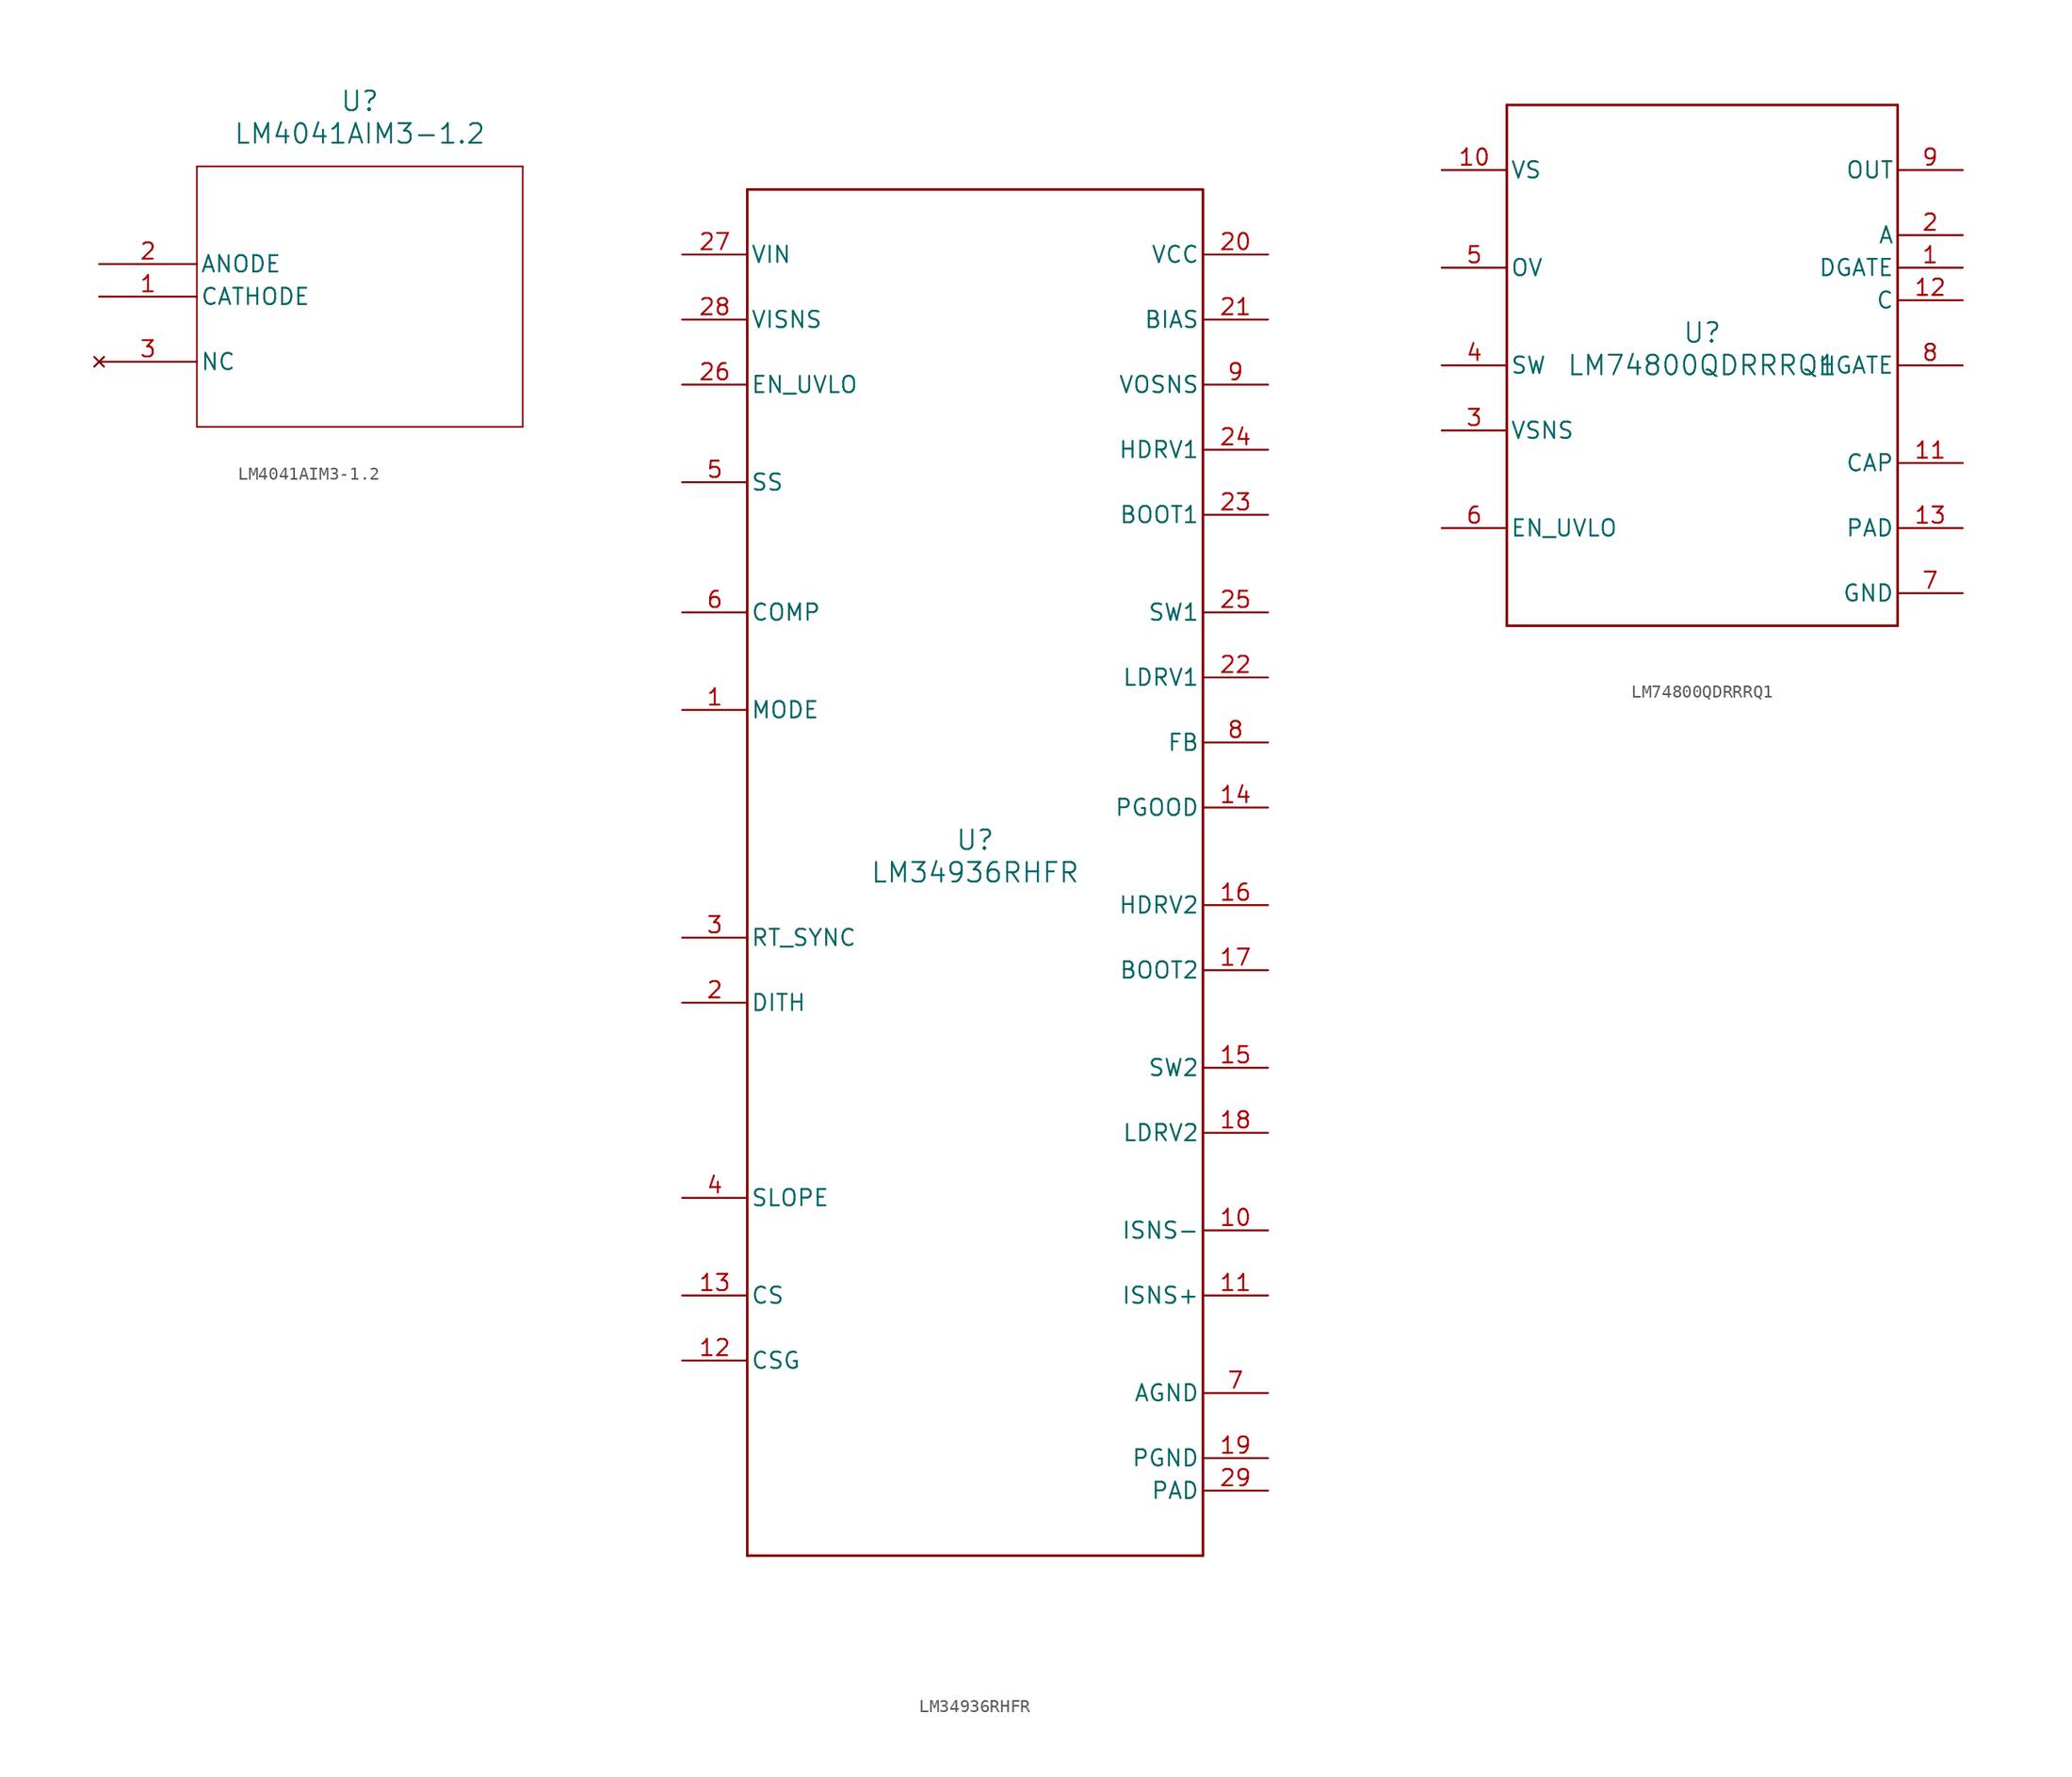
<source format=kicad_sym>
(kicad_symbol_lib
  (version 20241209)
  (generator "kicad_symbol_editor")
  (generator_version "9.0")
  (symbol "LM4041AIM3-1.2"
    (pin_names
      (offset 0.254))
    (property "Reference" "U"
      (at 20.32 12.7 0)
      (effects (font (size 1.524 1.524))))
    (property "Value" "LM4041AIM3-1.2"
      (at 20.32 10.16 0)
      (effects (font (size 1.524 1.524))))
    (property "ki_locked" ""
      (at 0 0 0)
      (effects (font (size 1.27 1.27))))
    (symbol "LM4041AIM3-1.2_0_1"
      (polyline (pts (xy 7.62 7.62) (xy 7.62 -12.7)) (stroke (width 0.127) (type default)) (fill (type none)))
      (polyline (pts (xy 7.62 -12.7) (xy 33.02 -12.7)) (stroke (width 0.127) (type default)) (fill (type none)))
      (polyline (pts (xy 33.02 7.62) (xy 7.62 7.62)) (stroke (width 0.127) (type default)) (fill (type none)))
      (polyline (pts (xy 33.02 -12.7) (xy 33.02 7.62)) (stroke (width 0.127) (type default)) (fill (type none)))
      (pin unspecified line (at 0 0 0) (length 7.62) (name "ANODE" (effects (font (size 1.27 1.27)))) (number "2" (effects (font (size 1.27 1.27)))))
      (pin unspecified line (at 0 -2.54 0) (length 7.62) (name "CATHODE" (effects (font (size 1.27 1.27)))) (number "1" (effects (font (size 1.27 1.27)))))
      (pin no_connect line (at 0 -7.62 0) (length 7.62) (name "NC" (effects (font (size 1.27 1.27)))) (number "3" (effects (font (size 1.27 1.27)))))))
  (symbol "LM34936RHFR"
    (pin_names
      (offset 0.254))
    (property "Reference" "U"
      (at 0 2.54 0)
      (effects (font (size 1.524 1.524))))
    (property "Value" "LM34936RHFR"
      (at 0 0 0)
      (effects (font (size 1.524 1.524))))
    (property "ki_locked" ""
      (at 0 0 0)
      (effects (font (size 1.27 1.27))))
    (symbol "LM34936RHFR_0_1"
      (polyline (pts (xy -17.78 53.34) (xy -17.78 -53.34)) (stroke (width 0.203) (type default)) (fill (type none)))
      (polyline (pts (xy -17.78 -53.34) (xy 17.78 -53.34)) (stroke (width 0.203) (type default)) (fill (type none)))
      (polyline (pts (xy 17.78 53.34) (xy -17.78 53.34)) (stroke (width 0.203) (type default)) (fill (type none)))
      (polyline (pts (xy 17.78 -53.34) (xy 17.78 53.34)) (stroke (width 0.203) (type default)) (fill (type none)))
      (pin power_in line (at -22.86 48.26 0) (length 5.08) (name "VIN" (effects (font (size 1.27 1.27)))) (number "27" (effects (font (size 1.27 1.27)))))
      (pin input line (at -22.86 43.18 0) (length 5.08) (name "VISNS" (effects (font (size 1.27 1.27)))) (number "28" (effects (font (size 1.27 1.27)))))
      (pin input line (at -22.86 38.1 0) (length 5.08) (name "EN_UVLO" (effects (font (size 1.27 1.27)))) (number "26" (effects (font (size 1.27 1.27)))))
      (pin input line (at -22.86 30.48 0) (length 5.08) (name "SS" (effects (font (size 1.27 1.27)))) (number "5" (effects (font (size 1.27 1.27)))))
      (pin unspecified line (at -22.86 20.32 0) (length 5.08) (name "COMP" (effects (font (size 1.27 1.27)))) (number "6" (effects (font (size 1.27 1.27)))))
      (pin input line (at -22.86 12.7 0) (length 5.08) (name "MODE" (effects (font (size 1.27 1.27)))) (number "1" (effects (font (size 1.27 1.27)))))
      (pin input line (at -22.86 -5.08 0) (length 5.08) (name "RT_SYNC" (effects (font (size 1.27 1.27)))) (number "3" (effects (font (size 1.27 1.27)))))
      (pin unspecified line (at -22.86 -10.16 0) (length 5.08) (name "DITH" (effects (font (size 1.27 1.27)))) (number "2" (effects (font (size 1.27 1.27)))))
      (pin input line (at -22.86 -25.4 0) (length 5.08) (name "SLOPE" (effects (font (size 1.27 1.27)))) (number "4" (effects (font (size 1.27 1.27)))))
      (pin input line (at -22.86 -33.02 0) (length 5.08) (name "CS" (effects (font (size 1.27 1.27)))) (number "13" (effects (font (size 1.27 1.27)))))
      (pin input line (at -22.86 -38.1 0) (length 5.08) (name "CSG" (effects (font (size 1.27 1.27)))) (number "12" (effects (font (size 1.27 1.27)))))
      (pin power_in line (at 22.86 48.26 180) (length 5.08) (name "VCC" (effects (font (size 1.27 1.27)))) (number "20" (effects (font (size 1.27 1.27)))))
      (pin power_in line (at 22.86 43.18 180) (length 5.08) (name "BIAS" (effects (font (size 1.27 1.27)))) (number "21" (effects (font (size 1.27 1.27)))))
      (pin input line (at 22.86 38.1 180) (length 5.08) (name "VOSNS" (effects (font (size 1.27 1.27)))) (number "9" (effects (font (size 1.27 1.27)))))
      (pin output line (at 22.86 33.02 180) (length 5.08) (name "HDRV1" (effects (font (size 1.27 1.27)))) (number "24" (effects (font (size 1.27 1.27)))))
      (pin power_in line (at 22.86 27.94 180) (length 5.08) (name "BOOT1" (effects (font (size 1.27 1.27)))) (number "23" (effects (font (size 1.27 1.27)))))
      (pin power_in line (at 22.86 20.32 180) (length 5.08) (name "SW1" (effects (font (size 1.27 1.27)))) (number "25" (effects (font (size 1.27 1.27)))))
      (pin output line (at 22.86 15.24 180) (length 5.08) (name "LDRV1" (effects (font (size 1.27 1.27)))) (number "22" (effects (font (size 1.27 1.27)))))
      (pin input line (at 22.86 10.16 180) (length 5.08) (name "FB" (effects (font (size 1.27 1.27)))) (number "8" (effects (font (size 1.27 1.27)))))
      (pin open_collector line (at 22.86 5.08 180) (length 5.08) (name "PGOOD" (effects (font (size 1.27 1.27)))) (number "14" (effects (font (size 1.27 1.27)))))
      (pin output line (at 22.86 -2.54 180) (length 5.08) (name "HDRV2" (effects (font (size 1.27 1.27)))) (number "16" (effects (font (size 1.27 1.27)))))
      (pin power_in line (at 22.86 -7.62 180) (length 5.08) (name "BOOT2" (effects (font (size 1.27 1.27)))) (number "17" (effects (font (size 1.27 1.27)))))
      (pin power_in line (at 22.86 -15.24 180) (length 5.08) (name "SW2" (effects (font (size 1.27 1.27)))) (number "15" (effects (font (size 1.27 1.27)))))
      (pin output line (at 22.86 -20.32 180) (length 5.08) (name "LDRV2" (effects (font (size 1.27 1.27)))) (number "18" (effects (font (size 1.27 1.27)))))
      (pin input line (at 22.86 -27.94 180) (length 5.08) (name "ISNS-" (effects (font (size 1.27 1.27)))) (number "10" (effects (font (size 1.27 1.27)))))
      (pin input line (at 22.86 -33.02 180) (length 5.08) (name "ISNS+" (effects (font (size 1.27 1.27)))) (number "11" (effects (font (size 1.27 1.27)))))
      (pin power_in line (at 22.86 -40.64 180) (length 5.08) (name "AGND" (effects (font (size 1.27 1.27)))) (number "7" (effects (font (size 1.27 1.27)))))
      (pin power_in line (at 22.86 -45.72 180) (length 5.08) (name "PGND" (effects (font (size 1.27 1.27)))) (number "19" (effects (font (size 1.27 1.27)))))
      (pin power_in line (at 22.86 -48.26 180) (length 5.08) (name "PAD" (effects (font (size 1.27 1.27)))) (number "29" (effects (font (size 1.27 1.27)))))))
  (symbol "LM74800QDRRRQ1"
    (pin_names
      (offset 0.254))
    (property "Reference" "U"
      (at 0 2.54 0)
      (effects (font (size 1.524 1.524))))
    (property "Value" "LM74800QDRRRQ1"
      (at 0 0 0)
      (effects (font (size 1.524 1.524))))
    (property "ki_locked" ""
      (at 0 0 0)
      (effects (font (size 1.27 1.27))))
    (symbol "LM74800QDRRRQ1_0_1"
      (polyline (pts (xy -15.24 20.32) (xy -15.24 -20.32)) (stroke (width 0.203) (type default)) (fill (type none)))
      (polyline (pts (xy -15.24 -20.32) (xy 15.24 -20.32)) (stroke (width 0.203) (type default)) (fill (type none)))
      (polyline (pts (xy 15.24 20.32) (xy -15.24 20.32)) (stroke (width 0.203) (type default)) (fill (type none)))
      (polyline (pts (xy 15.24 -20.32) (xy 15.24 20.32)) (stroke (width 0.203) (type default)) (fill (type none)))
      (pin power_in line (at -20.32 15.24 0) (length 5.08) (name "VS" (effects (font (size 1.27 1.27)))) (number "10" (effects (font (size 1.27 1.27)))))
      (pin input line (at -20.32 7.62 0) (length 5.08) (name "OV" (effects (font (size 1.27 1.27)))) (number "5" (effects (font (size 1.27 1.27)))))
      (pin input line (at -20.32 0 0) (length 5.08) (name "SW" (effects (font (size 1.27 1.27)))) (number "4" (effects (font (size 1.27 1.27)))))
      (pin input line (at -20.32 -5.08 0) (length 5.08) (name "VSNS" (effects (font (size 1.27 1.27)))) (number "3" (effects (font (size 1.27 1.27)))))
      (pin input line (at -20.32 -12.7 0) (length 5.08) (name "EN_UVLO" (effects (font (size 1.27 1.27)))) (number "6" (effects (font (size 1.27 1.27)))))
      (pin unspecified line (at 20.32 15.24 180) (length 5.08) (name "OUT" (effects (font (size 1.27 1.27)))) (number "9" (effects (font (size 1.27 1.27)))))
      (pin unspecified line (at 20.32 10.16 180) (length 5.08) (name "A" (effects (font (size 1.27 1.27)))) (number "2" (effects (font (size 1.27 1.27)))))
      (pin output line (at 20.32 7.62 180) (length 5.08) (name "DGATE" (effects (font (size 1.27 1.27)))) (number "1" (effects (font (size 1.27 1.27)))))
      (pin unspecified line (at 20.32 5.08 180) (length 5.08) (name "C" (effects (font (size 1.27 1.27)))) (number "12" (effects (font (size 1.27 1.27)))))
      (pin output line (at 20.32 0 180) (length 5.08) (name "HGATE" (effects (font (size 1.27 1.27)))) (number "8" (effects (font (size 1.27 1.27)))))
      (pin unspecified line (at 20.32 -7.62 180) (length 5.08) (name "CAP" (effects (font (size 1.27 1.27)))) (number "11" (effects (font (size 1.27 1.27)))))
      (pin unspecified line (at 20.32 -12.7 180) (length 5.08) (name "PAD" (effects (font (size 1.27 1.27)))) (number "13" (effects (font (size 1.27 1.27)))))
      (pin power_in line (at 20.32 -17.78 180) (length 5.08) (name "GND" (effects (font (size 1.27 1.27)))) (number "7" (effects (font (size 1.27 1.27))))))))
</source>
